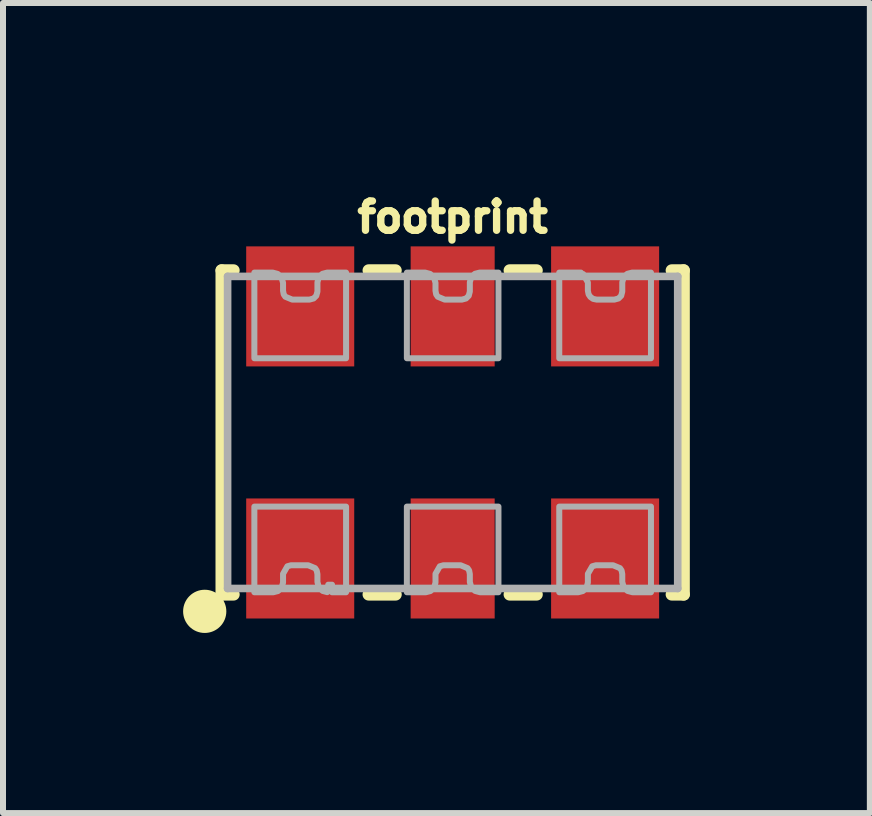
<source format=kicad_pcb>
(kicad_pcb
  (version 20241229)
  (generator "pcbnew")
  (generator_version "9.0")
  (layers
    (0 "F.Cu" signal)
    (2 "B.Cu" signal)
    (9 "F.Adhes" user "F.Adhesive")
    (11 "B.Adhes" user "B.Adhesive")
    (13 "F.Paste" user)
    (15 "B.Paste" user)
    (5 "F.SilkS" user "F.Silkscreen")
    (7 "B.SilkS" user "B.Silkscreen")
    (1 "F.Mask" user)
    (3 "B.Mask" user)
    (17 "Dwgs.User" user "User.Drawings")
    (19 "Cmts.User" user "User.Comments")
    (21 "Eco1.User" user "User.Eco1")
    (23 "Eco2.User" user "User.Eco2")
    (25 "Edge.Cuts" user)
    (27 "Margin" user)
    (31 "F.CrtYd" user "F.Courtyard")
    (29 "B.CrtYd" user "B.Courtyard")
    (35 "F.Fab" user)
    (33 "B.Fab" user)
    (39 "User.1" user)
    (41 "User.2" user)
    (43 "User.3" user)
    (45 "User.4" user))
  (footprint "footprint"
    (layer "F.Cu")
    (at 4.492 4.155)
    (property "Reference" "footprint" (at 0 -3.302 0) (layer "F.SilkS") (effects (font (size 0.488 0.488) (thickness 0.122)) (justify bottom)))
    (fp_line (start -3.85 -2.7) (end -3.85 2.7) (stroke (width 0.203) (type solid)) (layer "F.SilkS"))
    (fp_line (start -3.85 -2.7) (end -3.65 -2.7) (stroke (width 0.203) (type solid)) (layer "F.SilkS"))
    (fp_line (start -3.85 2.7) (end -3.65 2.7) (stroke (width 0.203) (type solid)) (layer "F.SilkS"))
    (fp_line (start -1.4 -2.7) (end -0.95 -2.7) (stroke (width 0.203) (type solid)) (layer "F.SilkS"))
    (fp_line (start -1.4 2.7) (end -0.95 2.7) (stroke (width 0.203) (type solid)) (layer "F.SilkS"))
    (fp_line (start 0.95 -2.7) (end 1.4 -2.7) (stroke (width 0.203) (type solid)) (layer "F.SilkS"))
    (fp_line (start 0.95 2.7) (end 1.4 2.7) (stroke (width 0.203) (type solid)) (layer "F.SilkS"))
    (fp_line (start 3.65 -2.7) (end 3.85 -2.7) (stroke (width 0.203) (type solid)) (layer "F.SilkS"))
    (fp_line (start 3.65 2.7) (end 3.85 2.7) (stroke (width 0.203) (type solid)) (layer "F.SilkS"))
    (fp_line (start 3.85 2.7) (end 3.85 -2.7) (stroke (width 0.203) (type solid)) (layer "F.SilkS"))
    (fp_circle (center -4.131 2.981) (end -3.951 2.981) (stroke (width 0.36) (type solid)) (fill yes) (layer "F.SilkS"))
    (fp_line (start -3.75 -2.6) (end -3.75 2.6) (stroke (width 0.127) (type solid)) (layer "F.Fab"))
    (fp_line (start -3.75 2.6) (end 3.75 2.6) (stroke (width 0.127) (type solid)) (layer "F.Fab"))
    (fp_line (start 3.75 -2.6) (end -3.75 -2.6) (stroke (width 0.127) (type solid)) (layer "F.Fab"))
    (fp_line (start 3.75 2.6) (end 3.75 -2.6) (stroke (width 0.127) (type solid)) (layer "F.Fab"))
    (fp_poly (pts (xy 0.763 2.663) (xy 0.458 2.663) (xy 0.375 2.641) (xy 0.309 2.575) (xy 0.286 2.492) (xy 0.286 2.361) (xy 0.275 2.301) (xy 0.248 2.261) (xy 0.132 2.213) (xy -0.153 2.213) (xy -0.214 2.23) (xy -0.286 2.356) (xy -0.286 2.501) (xy -0.307 2.579) (xy -0.371 2.643) (xy -0.449 2.663) (xy -0.763 2.663) (xy -0.763 1.236) (xy 0.763 1.236)) (stroke (width 0.1) (type solid)) (fill no) (layer "F.Fab"))
    (fp_poly (pts (xy 3.304 2.663) (xy 2.998 2.663) (xy 2.915 2.641) (xy 2.849 2.575) (xy 2.826 2.492) (xy 2.826 2.361) (xy 2.815 2.301) (xy 2.788 2.261) (xy 2.672 2.213) (xy 2.387 2.213) (xy 2.326 2.23) (xy 2.253 2.356) (xy 2.253 2.501) (xy 2.233 2.579) (xy 2.169 2.643) (xy 2.091 2.663) (xy 1.776 2.663) (xy 1.776 1.236) (xy 3.304 1.236)) (stroke (width 0.1) (type solid)) (fill no) (layer "F.Fab"))
    (fp_poly (pts (xy -2.915 -2.641) (xy -2.849 -2.575) (xy -2.826 -2.492) (xy -2.826 -2.361) (xy -2.815 -2.301) (xy -2.788 -2.261) (xy -2.672 -2.213) (xy -2.387 -2.213) (xy -2.317 -2.232) (xy -2.272 -2.277) (xy -2.253 -2.347) (xy -2.253 -2.501) (xy -2.233 -2.579) (xy -2.169 -2.643) (xy -2.091 -2.663) (xy -1.776 -2.663) (xy -1.776 -1.236) (xy -3.304 -1.236) (xy -3.304 -2.663) (xy -2.998 -2.663)) (stroke (width 0.1) (type solid)) (fill no) (layer "F.Fab"))
    (fp_poly (pts (xy -0.375 -2.641) (xy -0.309 -2.575) (xy -0.286 -2.492) (xy -0.286 -2.361) (xy -0.275 -2.301) (xy -0.248 -2.261) (xy -0.132 -2.213) (xy 0.153 -2.213) (xy 0.223 -2.232) (xy 0.268 -2.277) (xy 0.286 -2.347) (xy 0.286 -2.501) (xy 0.307 -2.579) (xy 0.371 -2.643) (xy 0.449 -2.663) (xy 0.763 -2.663) (xy 0.763 -1.236) (xy -0.763 -1.236) (xy -0.763 -2.663) (xy -0.458 -2.663)) (stroke (width 0.1) (type solid)) (fill no) (layer "F.Fab"))
    (fp_poly (pts (xy 2.137 -2.649) (xy 2.174 -2.639) (xy 2.253 -2.5) (xy 2.253 -2.361) (xy 2.265 -2.301) (xy 2.296 -2.256) (xy 2.341 -2.225) (xy 2.401 -2.213) (xy 2.693 -2.213) (xy 2.763 -2.232) (xy 2.808 -2.277) (xy 2.826 -2.347) (xy 2.826 -2.501) (xy 2.847 -2.579) (xy 2.911 -2.643) (xy 2.989 -2.663) (xy 3.304 -2.663) (xy 3.304 -1.236) (xy 1.776 -1.236) (xy 1.776 -2.663) (xy 2.137 -2.663)) (stroke (width 0.1) (type solid)) (fill no) (layer "F.Fab"))
    (fp_poly (pts (xy -1.776 2.663) (xy -2.01 2.663) (xy -2.01 2.537) (xy -2.073 2.537) (xy -2.073 2.6) (xy -2.09 2.661) (xy -2.165 2.641) (xy -2.231 2.575) (xy -2.253 2.492) (xy -2.253 2.361) (xy -2.265 2.301) (xy -2.292 2.261) (xy -2.408 2.213) (xy -2.693 2.213) (xy -2.754 2.23) (xy -2.826 2.356) (xy -2.826 2.501) (xy -2.847 2.579) (xy -2.911 2.643) (xy -2.989 2.663) (xy -3.304 2.663) (xy -3.304 1.236) (xy -1.776 1.236)) (stroke (width 0.1) (type solid)) (fill no) (layer "F.Fab"))
    (pad "1" smd rect (at -2.54 2.1 90) (size 2 1.8) (layers "F.Cu" "F.Mask" "F.Paste"))
    (pad "2" smd rect (at 2.54 2.1 90) (size 2 1.8) (layers "F.Cu" "F.Mask" "F.Paste"))
    (pad "3" smd rect (at 2.54 -2.1 90) (size 2 1.8) (layers "F.Cu" "F.Mask" "F.Paste"))
    (pad "4" smd rect (at -2.54 -2.1 90) (size 2 1.8) (layers "F.Cu" "F.Mask" "F.Paste"))
    (pad "NC0" smd rect (at 0 2.1 90) (size 2 1.4) (layers "F.Cu" "F.Mask" "F.Paste"))
    (pad "NC1" smd rect (at 0 -2.1 90) (size 2 1.4) (layers "F.Cu" "F.Mask" "F.Paste")))
  (gr_rect
    (start -3 -3)
    (end 11.443 10.497)
    (stroke (width 0.1) (type default))
    (fill no)
    (layer "Edge.Cuts")))
</source>
